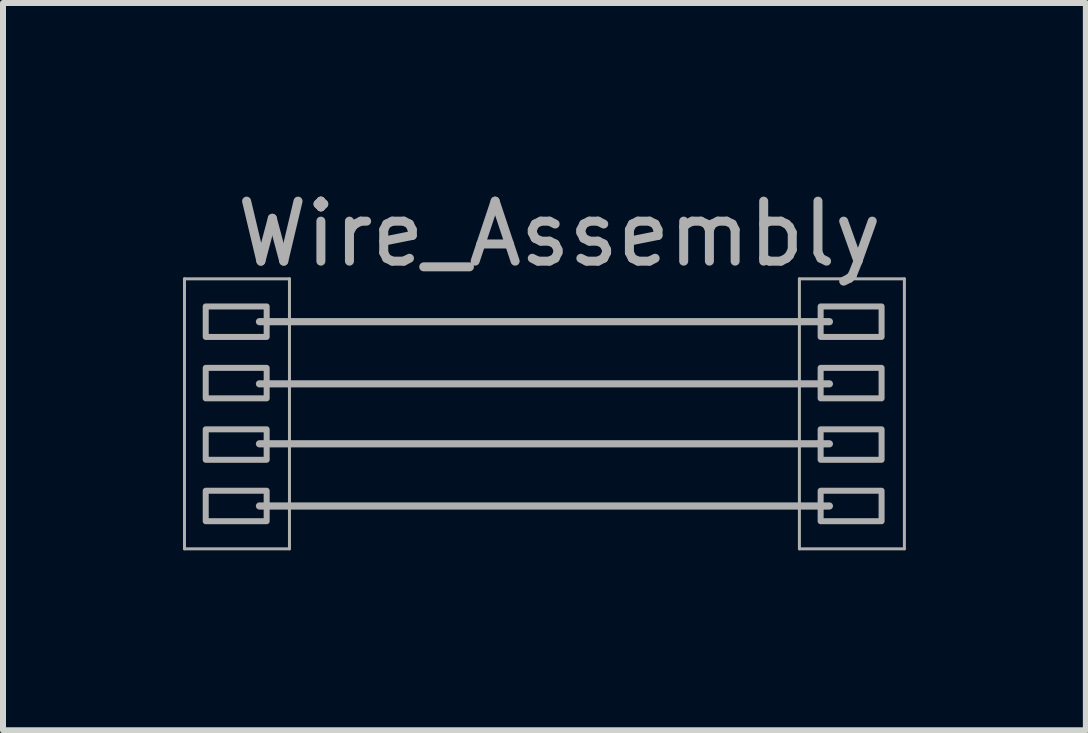
<source format=kicad_pcb>
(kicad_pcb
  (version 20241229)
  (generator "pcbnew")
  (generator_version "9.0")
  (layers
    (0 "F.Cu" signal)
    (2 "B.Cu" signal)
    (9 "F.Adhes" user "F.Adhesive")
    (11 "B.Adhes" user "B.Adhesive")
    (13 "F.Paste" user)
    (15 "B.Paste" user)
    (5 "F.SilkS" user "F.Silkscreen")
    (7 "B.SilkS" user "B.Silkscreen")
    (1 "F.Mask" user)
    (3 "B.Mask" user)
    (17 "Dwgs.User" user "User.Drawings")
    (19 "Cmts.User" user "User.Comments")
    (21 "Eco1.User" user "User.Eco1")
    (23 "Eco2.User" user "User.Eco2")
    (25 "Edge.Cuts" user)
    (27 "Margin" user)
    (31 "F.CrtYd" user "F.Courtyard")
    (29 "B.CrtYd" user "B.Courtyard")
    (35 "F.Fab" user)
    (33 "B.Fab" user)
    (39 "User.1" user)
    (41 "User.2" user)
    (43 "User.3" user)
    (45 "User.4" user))
  (footprint "Wire_Assembly"
    (layer "F.Cu")
    (at 6.275 3.848)
    (property "Reference" "Wire_Assembly" (at 0 -3 0) (layer "F.Fab") (effects (font (size 1 1) (thickness 0.15))))
    (attr exclude_from_pos_files exclude_from_bom)
    (fp_line (start -6.25 -2.25) (end -4.5 -2.25) (stroke (width 0.05) (type solid)) (layer "F.Fab"))
    (fp_line (start -6.25 2.25) (end -6.25 -2.25) (stroke (width 0.05) (type solid)) (layer "F.Fab"))
    (fp_line (start -6.25 2.25) (end -4.5 2.25) (stroke (width 0.05) (type solid)) (layer "F.Fab"))
    (fp_line (start -5 -1.536) (end 4.5 -1.536) (stroke (width 0.12) (type solid)) (layer "F.Fab"))
    (fp_line (start -5 -0.5) (end 4.5 -0.5) (stroke (width 0.12) (type solid)) (layer "F.Fab"))
    (fp_line (start -5 0.5) (end 4.5 0.5) (stroke (width 0.12) (type solid)) (layer "F.Fab"))
    (fp_line (start -5 1.536) (end 4.5 1.536) (stroke (width 0.12) (type solid)) (layer "F.Fab"))
    (fp_line (start -4.5 -2.25) (end -4.5 2.25) (stroke (width 0.05) (type solid)) (layer "F.Fab"))
    (fp_line (start 4 -2.25) (end 5.75 -2.25) (stroke (width 0.05) (type solid)) (layer "F.Fab"))
    (fp_line (start 4 2.25) (end 4 -2.25) (stroke (width 0.05) (type solid)) (layer "F.Fab"))
    (fp_line (start 4 2.25) (end 5.75 2.25) (stroke (width 0.05) (type solid)) (layer "F.Fab"))
    (fp_line (start 5.75 -2.25) (end 5.75 2.25) (stroke (width 0.05) (type solid)) (layer "F.Fab"))
    (fp_poly (pts (xy -4.88 -1.282) (xy -5.896 -1.282) (xy -5.896 -1.79) (xy -4.88 -1.79)) (stroke (width 0.1) (type solid)) (fill no) (layer "F.Fab"))
    (fp_poly (pts (xy -4.88 -0.258) (xy -5.896 -0.258) (xy -5.896 -0.766) (xy -4.88 -0.766)) (stroke (width 0.1) (type solid)) (fill no) (layer "F.Fab"))
    (fp_poly (pts (xy -4.88 0.766) (xy -5.896 0.766) (xy -5.896 0.258) (xy -4.88 0.258)) (stroke (width 0.1) (type solid)) (fill no) (layer "F.Fab"))
    (fp_poly (pts (xy -4.88 1.79) (xy -5.896 1.79) (xy -5.896 1.282) (xy -4.88 1.282)) (stroke (width 0.1) (type solid)) (fill no) (layer "F.Fab"))
    (fp_poly (pts (xy 5.37 -1.282) (xy 4.354 -1.282) (xy 4.354 -1.79) (xy 5.37 -1.79)) (stroke (width 0.1) (type solid)) (fill no) (layer "F.Fab"))
    (fp_poly (pts (xy 5.37 -0.258) (xy 4.354 -0.258) (xy 4.354 -0.766) (xy 5.37 -0.766)) (stroke (width 0.1) (type solid)) (fill no) (layer "F.Fab"))
    (fp_poly (pts (xy 5.37 0.766) (xy 4.354 0.766) (xy 4.354 0.258) (xy 5.37 0.258)) (stroke (width 0.1) (type solid)) (fill no) (layer "F.Fab"))
    (fp_poly (pts (xy 5.37 1.79) (xy 4.354 1.79) (xy 4.354 1.282) (xy 5.37 1.282)) (stroke (width 0.1) (type solid)) (fill no) (layer "F.Fab")))
  (gr_rect
    (start -3 -3)
    (end 15.05 9.123)
    (stroke (width 0.1) (type default))
    (fill no)
    (layer "Edge.Cuts")))
</source>
